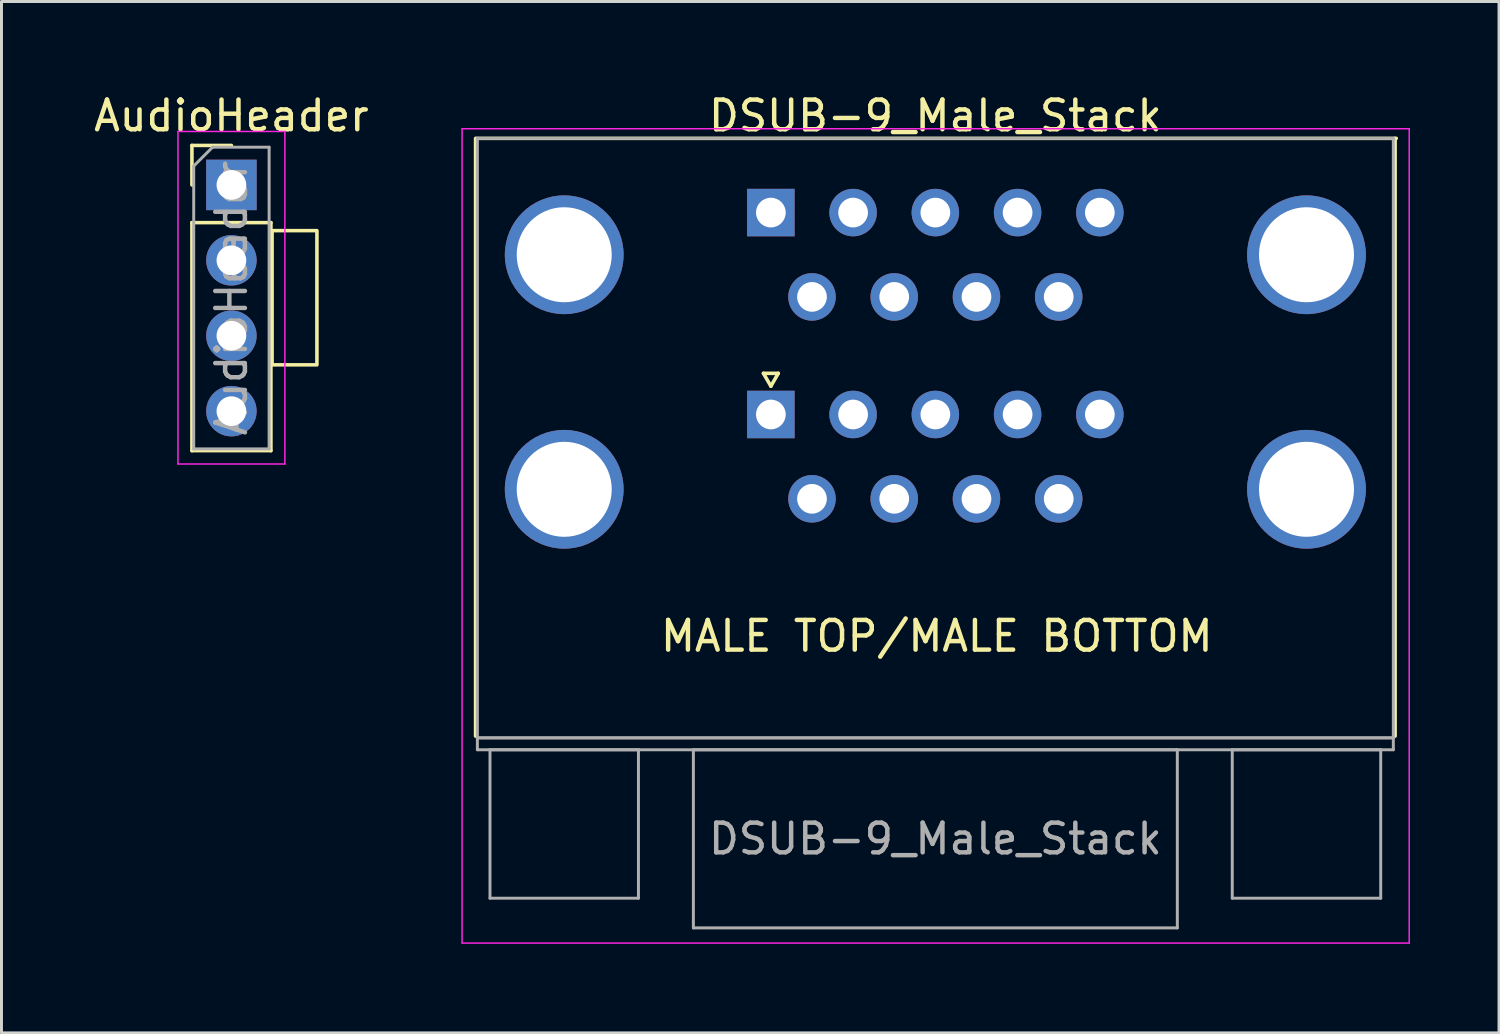
<source format=kicad_pcb>
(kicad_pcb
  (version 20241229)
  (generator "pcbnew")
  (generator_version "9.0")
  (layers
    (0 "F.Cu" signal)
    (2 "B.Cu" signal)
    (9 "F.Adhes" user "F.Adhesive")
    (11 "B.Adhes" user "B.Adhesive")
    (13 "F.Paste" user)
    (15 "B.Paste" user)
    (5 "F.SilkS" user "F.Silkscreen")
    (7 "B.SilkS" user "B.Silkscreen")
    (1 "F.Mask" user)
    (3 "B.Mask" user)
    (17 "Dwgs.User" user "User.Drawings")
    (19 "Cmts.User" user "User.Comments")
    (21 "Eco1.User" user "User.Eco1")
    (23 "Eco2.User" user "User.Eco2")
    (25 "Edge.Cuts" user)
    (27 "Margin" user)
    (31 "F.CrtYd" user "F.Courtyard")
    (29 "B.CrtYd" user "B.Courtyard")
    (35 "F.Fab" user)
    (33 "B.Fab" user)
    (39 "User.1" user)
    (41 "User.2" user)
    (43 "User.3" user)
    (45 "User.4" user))
  (footprint "AudioHeader"
    (layer "F.Cu")
    (at 4.744 3.178)
    (property "Reference" "AudioHeader" (at 0 -2.33 0) (layer "F.SilkS") (effects (font (size 1 1) (thickness 0.15))))
    (attr through_hole)
    (fp_line (start -1.33 -1.33) (end 0 -1.33) (stroke (width 0.12) (type solid)) (layer "F.SilkS"))
    (fp_line (start -1.33 0) (end -1.33 -1.33) (stroke (width 0.12) (type solid)) (layer "F.SilkS"))
    (fp_line (start -1.33 1.27) (end -1.33 8.95) (stroke (width 0.12) (type solid)) (layer "F.SilkS"))
    (fp_line (start -1.33 1.27) (end 1.33 1.27) (stroke (width 0.12) (type solid)) (layer "F.SilkS"))
    (fp_line (start -1.33 8.95) (end 1.33 8.95) (stroke (width 0.12) (type solid)) (layer "F.SilkS"))
    (fp_line (start 1.33 1.27) (end 1.33 8.95) (stroke (width 0.12) (type solid)) (layer "F.SilkS"))
    (fp_rect (start 1.37 1.54) (end 2.88 6.06) (stroke (width 0.12) (type default)) (fill no) (layer "F.SilkS"))
    (fp_line (start -1.8 -1.8) (end -1.8 9.4) (stroke (width 0.05) (type solid)) (layer "F.CrtYd"))
    (fp_line (start -1.8 9.4) (end 1.8 9.4) (stroke (width 0.05) (type solid)) (layer "F.CrtYd"))
    (fp_line (start 1.8 -1.8) (end -1.8 -1.8) (stroke (width 0.05) (type solid)) (layer "F.CrtYd"))
    (fp_line (start 1.8 9.4) (end 1.8 -1.8) (stroke (width 0.05) (type solid)) (layer "F.CrtYd"))
    (fp_line (start -1.27 -0.635) (end -0.635 -1.27) (stroke (width 0.1) (type solid)) (layer "F.Fab"))
    (fp_line (start -1.27 8.89) (end -1.27 -0.635) (stroke (width 0.1) (type solid)) (layer "F.Fab"))
    (fp_line (start -0.635 -1.27) (end 1.27 -1.27) (stroke (width 0.1) (type solid)) (layer "F.Fab"))
    (fp_line (start 1.27 -1.27) (end 1.27 8.89) (stroke (width 0.1) (type solid)) (layer "F.Fab"))
    (fp_line (start 1.27 8.89) (end -1.27 8.89) (stroke (width 0.1) (type solid)) (layer "F.Fab"))
    (fp_text user "${REFERENCE}" (at 0 3.81 90) (layer "F.Fab") (effects (font (size 1 1) (thickness 0.15))))
    (pad "1" thru_hole rect (at 0 0) (size 1.7 1.7) (drill 1) (layers "*.Cu" "*.Mask"))
    (pad "2" thru_hole oval (at 0 2.54) (size 1.7 1.7) (drill 1) (layers "*.Cu" "*.Mask"))
    (pad "3" thru_hole oval (at 0 5.08) (size 1.7 1.7) (drill 1) (layers "*.Cu" "*.Mask"))
    (pad "4" thru_hole oval (at 0 7.62) (size 1.7 1.7) (drill 1) (layers "*.Cu" "*.Mask")))
  (footprint "DSUB-9_Male_Stack"
    (layer "F.Cu")
    (at 28.501 21.93)
    (property "Reference" "DSUB-9_Male_Stack" (at -0.048 -21.082 0) (layer "F.SilkS") (effects (font (size 1 1) (thickness 0.15))))
    (attr through_hole)
    (fp_line (start -15.533 -0.188) (end -15.533 -20.32) (stroke (width 0.12) (type solid)) (layer "F.SilkS"))
    (fp_line (start -15.494 -20.32) (end 15.476 -20.32) (stroke (width 0.12) (type solid)) (layer "F.SilkS"))
    (fp_line (start -5.838 -12.406) (end -5.338 -12.406) (stroke (width 0.12) (type solid)) (layer "F.SilkS"))
    (fp_line (start -5.588 -11.973) (end -5.838 -12.406) (stroke (width 0.12) (type solid)) (layer "F.SilkS"))
    (fp_line (start -5.338 -12.406) (end -5.588 -11.973) (stroke (width 0.12) (type solid)) (layer "F.SilkS"))
    (fp_line (start 15.437 -20.32) (end 15.437 -0.188) (stroke (width 0.12) (type solid)) (layer "F.SilkS"))
    (fp_line (start -15.988 -20.644) (end -15.988 6.782) (stroke (width 0.05) (type solid)) (layer "F.CrtYd"))
    (fp_line (start -15.988 6.782) (end 15.912 6.782) (stroke (width 0.05) (type solid)) (layer "F.CrtYd"))
    (fp_line (start 15.912 -20.644) (end -15.988 -20.644) (stroke (width 0.05) (type solid)) (layer "F.CrtYd"))
    (fp_line (start 15.912 6.782) (end 15.912 -20.644) (stroke (width 0.05) (type solid)) (layer "F.CrtYd"))
    (fp_line (start -15.473 -20.32) (end -15.473 -0.128) (stroke (width 0.1) (type solid)) (layer "F.Fab"))
    (fp_line (start -15.473 -0.128) (end -15.473 0.272) (stroke (width 0.1) (type solid)) (layer "F.Fab"))
    (fp_line (start -15.473 -0.128) (end 15.377 -0.128) (stroke (width 0.1) (type solid)) (layer "F.Fab"))
    (fp_line (start -15.473 0.272) (end 15.377 0.272) (stroke (width 0.1) (type solid)) (layer "F.Fab"))
    (fp_line (start -15.048 0.272) (end -15.048 5.272) (stroke (width 0.1) (type solid)) (layer "F.Fab"))
    (fp_line (start -15.048 5.272) (end -10.048 5.272) (stroke (width 0.1) (type solid)) (layer "F.Fab"))
    (fp_line (start -10.048 0.272) (end -15.048 0.272) (stroke (width 0.1) (type solid)) (layer "F.Fab"))
    (fp_line (start -10.048 5.272) (end -10.048 0.272) (stroke (width 0.1) (type solid)) (layer "F.Fab"))
    (fp_line (start -8.198 0.272) (end -8.198 6.272) (stroke (width 0.1) (type solid)) (layer "F.Fab"))
    (fp_line (start -8.198 6.272) (end 8.102 6.272) (stroke (width 0.1) (type solid)) (layer "F.Fab"))
    (fp_line (start 8.102 0.272) (end -8.198 0.272) (stroke (width 0.1) (type solid)) (layer "F.Fab"))
    (fp_line (start 8.102 6.272) (end 8.102 0.272) (stroke (width 0.1) (type solid)) (layer "F.Fab"))
    (fp_line (start 9.952 0.272) (end 9.952 5.272) (stroke (width 0.1) (type solid)) (layer "F.Fab"))
    (fp_line (start 9.952 5.272) (end 14.952 5.272) (stroke (width 0.1) (type solid)) (layer "F.Fab"))
    (fp_line (start 14.952 0.272) (end 9.952 0.272) (stroke (width 0.1) (type solid)) (layer "F.Fab"))
    (fp_line (start 14.952 5.272) (end 14.952 0.272) (stroke (width 0.1) (type solid)) (layer "F.Fab"))
    (fp_line (start 15.377 -20.32) (end -15.473 -20.32) (stroke (width 0.1) (type solid)) (layer "F.Fab"))
    (fp_line (start 15.377 -0.128) (end -15.473 -0.128) (stroke (width 0.1) (type solid)) (layer "F.Fab"))
    (fp_line (start 15.377 -0.128) (end 15.377 -20.32) (stroke (width 0.1) (type solid)) (layer "F.Fab"))
    (fp_line (start 15.377 0.272) (end 15.377 -0.128) (stroke (width 0.1) (type solid)) (layer "F.Fab"))
    (fp_text user "MALE TOP/MALE BOTTOM" (at 0 -3.556 0) (layer "F.SilkS") (effects (font (size 1 1) (thickness 0.15))))
    (fp_text user "${REFERENCE}" (at -0.048 3.272 0) (layer "F.Fab") (effects (font (size 1 1) (thickness 0.15))))
    (pad "1" thru_hole rect (at -5.588 -11.02) (size 1.6 1.6) (drill 1) (layers "*.Cu" "*.Mask"))
    (pad "2" thru_hole circle (at -2.818 -11.02) (size 1.6 1.6) (drill 1) (layers "*.Cu" "*.Mask"))
    (pad "3" thru_hole circle (at -0.048 -11.02) (size 1.6 1.6) (drill 1) (layers "*.Cu" "*.Mask"))
    (pad "4" thru_hole circle (at 2.722 -11.02) (size 1.6 1.6) (drill 1) (layers "*.Cu" "*.Mask"))
    (pad "5" thru_hole circle (at 5.492 -11.02) (size 1.6 1.6) (drill 1) (layers "*.Cu" "*.Mask"))
    (pad "6" thru_hole circle (at -4.203 -8.18) (size 1.6 1.6) (drill 1) (layers "*.Cu" "*.Mask"))
    (pad "7" thru_hole circle (at -1.433 -8.18) (size 1.6 1.6) (drill 1) (layers "*.Cu" "*.Mask"))
    (pad "8" thru_hole circle (at 1.337 -8.18) (size 1.6 1.6) (drill 1) (layers "*.Cu" "*.Mask"))
    (pad "9" thru_hole circle (at 4.107 -8.18) (size 1.6 1.6) (drill 1) (layers "*.Cu" "*.Mask"))
    (pad "10" thru_hole rect (at -5.588 -17.82) (size 1.6 1.6) (drill 1) (layers "*.Cu" "*.Mask"))
    (pad "11" thru_hole circle (at -2.818 -17.82) (size 1.6 1.6) (drill 1) (layers "*.Cu" "*.Mask"))
    (pad "12" thru_hole circle (at -0.048 -17.82) (size 1.6 1.6) (drill 1) (layers "*.Cu" "*.Mask"))
    (pad "13" thru_hole circle (at 2.722 -17.82) (size 1.6 1.6) (drill 1) (layers "*.Cu" "*.Mask"))
    (pad "14" thru_hole circle (at 5.492 -17.82) (size 1.6 1.6) (drill 1) (layers "*.Cu" "*.Mask"))
    (pad "15" thru_hole circle (at -4.203 -14.98) (size 1.6 1.6) (drill 1) (layers "*.Cu" "*.Mask"))
    (pad "16" thru_hole circle (at -1.433 -14.98) (size 1.6 1.6) (drill 1) (layers "*.Cu" "*.Mask"))
    (pad "17" thru_hole circle (at 1.337 -14.98) (size 1.6 1.6) (drill 1) (layers "*.Cu" "*.Mask"))
    (pad "18" thru_hole circle (at 4.107 -14.98) (size 1.6 1.6) (drill 1) (layers "*.Cu" "*.Mask"))
    (pad "19" thru_hole circle (at -12.548 -16.4) (size 4 4) (drill 3.2) (layers "*.Cu" "*.Mask"))
    (pad "19" thru_hole circle (at -12.548 -8.5) (size 4 4) (drill 3.2) (layers "*.Cu" "*.Mask"))
    (pad "19" thru_hole circle (at 12.452 -16.4) (size 4 4) (drill 3.2) (layers "*.Cu" "*.Mask"))
    (pad "19" thru_hole circle (at 12.452 -8.5) (size 4 4) (drill 3.2) (layers "*.Cu" "*.Mask")))
  (gr_rect
    (start -3 -3)
    (end 47.438 31.737)
    (stroke (width 0.1) (type default))
    (fill no)
    (layer "Edge.Cuts")))
</source>
